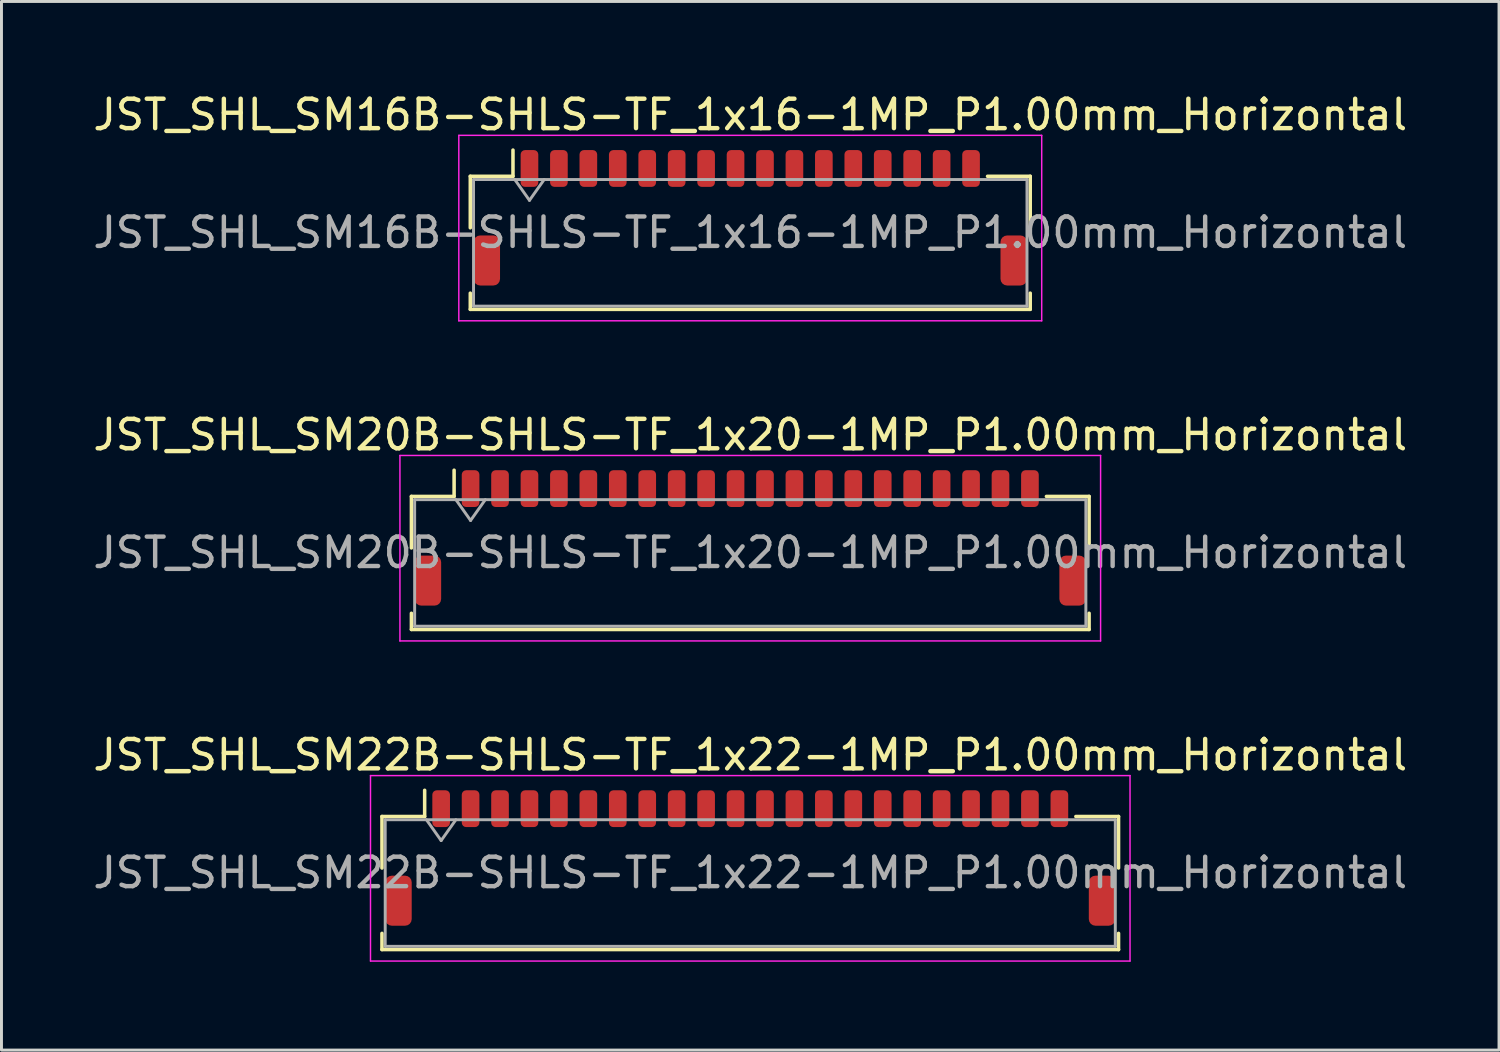
<source format=kicad_pcb>
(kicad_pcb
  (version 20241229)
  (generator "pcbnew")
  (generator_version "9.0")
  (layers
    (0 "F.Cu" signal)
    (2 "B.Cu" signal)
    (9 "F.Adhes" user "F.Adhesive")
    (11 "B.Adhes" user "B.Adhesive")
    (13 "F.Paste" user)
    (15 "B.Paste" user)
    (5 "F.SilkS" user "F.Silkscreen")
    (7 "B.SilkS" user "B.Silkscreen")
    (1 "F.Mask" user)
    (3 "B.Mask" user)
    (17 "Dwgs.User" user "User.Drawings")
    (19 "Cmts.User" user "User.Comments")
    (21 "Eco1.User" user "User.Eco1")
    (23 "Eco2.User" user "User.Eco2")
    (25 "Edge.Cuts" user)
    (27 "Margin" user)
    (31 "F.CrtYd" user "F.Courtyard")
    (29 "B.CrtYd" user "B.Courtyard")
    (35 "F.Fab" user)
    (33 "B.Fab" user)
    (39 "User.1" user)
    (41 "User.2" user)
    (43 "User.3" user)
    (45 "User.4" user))
  (footprint "JST_SHL_SM22B-SHLS-TF_1x22-1MP_P1.00mm_Horizontal"
    (layer "F.Cu")
    (at 22.435 26.095)
    (property "Reference" "JST_SHL_SM22B-SHLS-TF_1x22-1MP_P1.00mm_Horizontal" (at 0 -3.5 0) (layer "F.SilkS") (effects (font (size 1 1) (thickness 0.15))))
    (attr smd)
    (fp_line (start -12.51 -1.41) (end -11.06 -1.41) (stroke (width 0.12) (type solid)) (layer "F.SilkS"))
    (fp_line (start -12.51 0.34) (end -12.51 -1.41) (stroke (width 0.12) (type solid)) (layer "F.SilkS"))
    (fp_line (start -12.51 2.56) (end -12.51 3.11) (stroke (width 0.12) (type solid)) (layer "F.SilkS"))
    (fp_line (start -12.51 3.11) (end 12.51 3.11) (stroke (width 0.12) (type solid)) (layer "F.SilkS"))
    (fp_line (start -11.06 -1.41) (end -11.06 -2.3) (stroke (width 0.12) (type solid)) (layer "F.SilkS"))
    (fp_line (start 12.51 -1.41) (end 11.06 -1.41) (stroke (width 0.12) (type solid)) (layer "F.SilkS"))
    (fp_line (start 12.51 0.34) (end 12.51 -1.41) (stroke (width 0.12) (type solid)) (layer "F.SilkS"))
    (fp_line (start 12.51 3.11) (end 12.51 2.56) (stroke (width 0.12) (type solid)) (layer "F.SilkS"))
    (fp_line (start -12.9 -2.8) (end -12.9 3.5) (stroke (width 0.05) (type solid)) (layer "F.CrtYd"))
    (fp_line (start -12.9 3.5) (end 12.9 3.5) (stroke (width 0.05) (type solid)) (layer "F.CrtYd"))
    (fp_line (start 12.9 -2.8) (end -12.9 -2.8) (stroke (width 0.05) (type solid)) (layer "F.CrtYd"))
    (fp_line (start 12.9 3.5) (end 12.9 -2.8) (stroke (width 0.05) (type solid)) (layer "F.CrtYd"))
    (fp_line (start -12.4 -1.3) (end -12.4 3) (stroke (width 0.1) (type solid)) (layer "F.Fab"))
    (fp_line (start -12.4 -1.3) (end 12.4 -1.3) (stroke (width 0.1) (type solid)) (layer "F.Fab"))
    (fp_line (start -12.4 3) (end 12.4 3) (stroke (width 0.1) (type solid)) (layer "F.Fab"))
    (fp_line (start -11 -1.3) (end -10.5 -0.593) (stroke (width 0.1) (type solid)) (layer "F.Fab"))
    (fp_line (start -10.5 -0.593) (end -10 -1.3) (stroke (width 0.1) (type solid)) (layer "F.Fab"))
    (fp_line (start 12.4 -1.3) (end 12.4 3) (stroke (width 0.1) (type solid)) (layer "F.Fab"))
    (fp_text user "${REFERENCE}" (at 0 0.5 0) (layer "F.Fab") (effects (font (size 1 1) (thickness 0.15))))
    (pad "1" smd roundrect (at -10.5 -1.675) (size 0.6 1.25) (layers "F.Cu" "F.Mask" "F.Paste") (roundrect_rratio 0.25))
    (pad "2" smd roundrect (at -9.5 -1.675) (size 0.6 1.25) (layers "F.Cu" "F.Mask" "F.Paste") (roundrect_rratio 0.25))
    (pad "3" smd roundrect (at -8.5 -1.675) (size 0.6 1.25) (layers "F.Cu" "F.Mask" "F.Paste") (roundrect_rratio 0.25))
    (pad "4" smd roundrect (at -7.5 -1.675) (size 0.6 1.25) (layers "F.Cu" "F.Mask" "F.Paste") (roundrect_rratio 0.25))
    (pad "5" smd roundrect (at -6.5 -1.675) (size 0.6 1.25) (layers "F.Cu" "F.Mask" "F.Paste") (roundrect_rratio 0.25))
    (pad "6" smd roundrect (at -5.5 -1.675) (size 0.6 1.25) (layers "F.Cu" "F.Mask" "F.Paste") (roundrect_rratio 0.25))
    (pad "7" smd roundrect (at -4.5 -1.675) (size 0.6 1.25) (layers "F.Cu" "F.Mask" "F.Paste") (roundrect_rratio 0.25))
    (pad "8" smd roundrect (at -3.5 -1.675) (size 0.6 1.25) (layers "F.Cu" "F.Mask" "F.Paste") (roundrect_rratio 0.25))
    (pad "9" smd roundrect (at -2.5 -1.675) (size 0.6 1.25) (layers "F.Cu" "F.Mask" "F.Paste") (roundrect_rratio 0.25))
    (pad "10" smd roundrect (at -1.5 -1.675) (size 0.6 1.25) (layers "F.Cu" "F.Mask" "F.Paste") (roundrect_rratio 0.25))
    (pad "11" smd roundrect (at -0.5 -1.675) (size 0.6 1.25) (layers "F.Cu" "F.Mask" "F.Paste") (roundrect_rratio 0.25))
    (pad "12" smd roundrect (at 0.5 -1.675) (size 0.6 1.25) (layers "F.Cu" "F.Mask" "F.Paste") (roundrect_rratio 0.25))
    (pad "13" smd roundrect (at 1.5 -1.675) (size 0.6 1.25) (layers "F.Cu" "F.Mask" "F.Paste") (roundrect_rratio 0.25))
    (pad "14" smd roundrect (at 2.5 -1.675) (size 0.6 1.25) (layers "F.Cu" "F.Mask" "F.Paste") (roundrect_rratio 0.25))
    (pad "15" smd roundrect (at 3.5 -1.675) (size 0.6 1.25) (layers "F.Cu" "F.Mask" "F.Paste") (roundrect_rratio 0.25))
    (pad "16" smd roundrect (at 4.5 -1.675) (size 0.6 1.25) (layers "F.Cu" "F.Mask" "F.Paste") (roundrect_rratio 0.25))
    (pad "17" smd roundrect (at 5.5 -1.675) (size 0.6 1.25) (layers "F.Cu" "F.Mask" "F.Paste") (roundrect_rratio 0.25))
    (pad "18" smd roundrect (at 6.5 -1.675) (size 0.6 1.25) (layers "F.Cu" "F.Mask" "F.Paste") (roundrect_rratio 0.25))
    (pad "19" smd roundrect (at 7.5 -1.675) (size 0.6 1.25) (layers "F.Cu" "F.Mask" "F.Paste") (roundrect_rratio 0.25))
    (pad "20" smd roundrect (at 8.5 -1.675) (size 0.6 1.25) (layers "F.Cu" "F.Mask" "F.Paste") (roundrect_rratio 0.25))
    (pad "21" smd roundrect (at 9.5 -1.675) (size 0.6 1.25) (layers "F.Cu" "F.Mask" "F.Paste") (roundrect_rratio 0.25))
    (pad "22" smd roundrect (at 10.5 -1.675) (size 0.6 1.25) (layers "F.Cu" "F.Mask" "F.Paste") (roundrect_rratio 0.25))
    (pad "MP" smd roundrect (at -11.95 1.45) (size 0.9 1.7) (layers "F.Cu" "F.Mask" "F.Paste") (roundrect_rratio 0.25))
    (pad "MP" smd roundrect (at 11.95 1.45) (size 0.9 1.7) (layers "F.Cu" "F.Mask" "F.Paste") (roundrect_rratio 0.25)))
  (footprint "JST_SHL_SM16B-SHLS-TF_1x16-1MP_P1.00mm_Horizontal"
    (layer "F.Cu")
    (at 22.435 4.348)
    (property "Reference" "JST_SHL_SM16B-SHLS-TF_1x16-1MP_P1.00mm_Horizontal" (at 0 -3.5 0) (layer "F.SilkS") (effects (font (size 1 1) (thickness 0.15))))
    (attr smd)
    (fp_line (start -9.51 -1.41) (end -8.06 -1.41) (stroke (width 0.12) (type solid)) (layer "F.SilkS"))
    (fp_line (start -9.51 0.34) (end -9.51 -1.41) (stroke (width 0.12) (type solid)) (layer "F.SilkS"))
    (fp_line (start -9.51 2.56) (end -9.51 3.11) (stroke (width 0.12) (type solid)) (layer "F.SilkS"))
    (fp_line (start -9.51 3.11) (end 9.51 3.11) (stroke (width 0.12) (type solid)) (layer "F.SilkS"))
    (fp_line (start -8.06 -1.41) (end -8.06 -2.3) (stroke (width 0.12) (type solid)) (layer "F.SilkS"))
    (fp_line (start 9.51 -1.41) (end 8.06 -1.41) (stroke (width 0.12) (type solid)) (layer "F.SilkS"))
    (fp_line (start 9.51 0.34) (end 9.51 -1.41) (stroke (width 0.12) (type solid)) (layer "F.SilkS"))
    (fp_line (start 9.51 3.11) (end 9.51 2.56) (stroke (width 0.12) (type solid)) (layer "F.SilkS"))
    (fp_line (start -9.9 -2.8) (end -9.9 3.5) (stroke (width 0.05) (type solid)) (layer "F.CrtYd"))
    (fp_line (start -9.9 3.5) (end 9.9 3.5) (stroke (width 0.05) (type solid)) (layer "F.CrtYd"))
    (fp_line (start 9.9 -2.8) (end -9.9 -2.8) (stroke (width 0.05) (type solid)) (layer "F.CrtYd"))
    (fp_line (start 9.9 3.5) (end 9.9 -2.8) (stroke (width 0.05) (type solid)) (layer "F.CrtYd"))
    (fp_line (start -9.4 -1.3) (end -9.4 3) (stroke (width 0.1) (type solid)) (layer "F.Fab"))
    (fp_line (start -9.4 -1.3) (end 9.4 -1.3) (stroke (width 0.1) (type solid)) (layer "F.Fab"))
    (fp_line (start -9.4 3) (end 9.4 3) (stroke (width 0.1) (type solid)) (layer "F.Fab"))
    (fp_line (start -8 -1.3) (end -7.5 -0.593) (stroke (width 0.1) (type solid)) (layer "F.Fab"))
    (fp_line (start -7.5 -0.593) (end -7 -1.3) (stroke (width 0.1) (type solid)) (layer "F.Fab"))
    (fp_line (start 9.4 -1.3) (end 9.4 3) (stroke (width 0.1) (type solid)) (layer "F.Fab"))
    (fp_text user "${REFERENCE}" (at 0 0.5 0) (layer "F.Fab") (effects (font (size 1 1) (thickness 0.15))))
    (pad "1" smd roundrect (at -7.5 -1.675) (size 0.6 1.25) (layers "F.Cu" "F.Mask" "F.Paste") (roundrect_rratio 0.25))
    (pad "2" smd roundrect (at -6.5 -1.675) (size 0.6 1.25) (layers "F.Cu" "F.Mask" "F.Paste") (roundrect_rratio 0.25))
    (pad "3" smd roundrect (at -5.5 -1.675) (size 0.6 1.25) (layers "F.Cu" "F.Mask" "F.Paste") (roundrect_rratio 0.25))
    (pad "4" smd roundrect (at -4.5 -1.675) (size 0.6 1.25) (layers "F.Cu" "F.Mask" "F.Paste") (roundrect_rratio 0.25))
    (pad "5" smd roundrect (at -3.5 -1.675) (size 0.6 1.25) (layers "F.Cu" "F.Mask" "F.Paste") (roundrect_rratio 0.25))
    (pad "6" smd roundrect (at -2.5 -1.675) (size 0.6 1.25) (layers "F.Cu" "F.Mask" "F.Paste") (roundrect_rratio 0.25))
    (pad "7" smd roundrect (at -1.5 -1.675) (size 0.6 1.25) (layers "F.Cu" "F.Mask" "F.Paste") (roundrect_rratio 0.25))
    (pad "8" smd roundrect (at -0.5 -1.675) (size 0.6 1.25) (layers "F.Cu" "F.Mask" "F.Paste") (roundrect_rratio 0.25))
    (pad "9" smd roundrect (at 0.5 -1.675) (size 0.6 1.25) (layers "F.Cu" "F.Mask" "F.Paste") (roundrect_rratio 0.25))
    (pad "10" smd roundrect (at 1.5 -1.675) (size 0.6 1.25) (layers "F.Cu" "F.Mask" "F.Paste") (roundrect_rratio 0.25))
    (pad "11" smd roundrect (at 2.5 -1.675) (size 0.6 1.25) (layers "F.Cu" "F.Mask" "F.Paste") (roundrect_rratio 0.25))
    (pad "12" smd roundrect (at 3.5 -1.675) (size 0.6 1.25) (layers "F.Cu" "F.Mask" "F.Paste") (roundrect_rratio 0.25))
    (pad "13" smd roundrect (at 4.5 -1.675) (size 0.6 1.25) (layers "F.Cu" "F.Mask" "F.Paste") (roundrect_rratio 0.25))
    (pad "14" smd roundrect (at 5.5 -1.675) (size 0.6 1.25) (layers "F.Cu" "F.Mask" "F.Paste") (roundrect_rratio 0.25))
    (pad "15" smd roundrect (at 6.5 -1.675) (size 0.6 1.25) (layers "F.Cu" "F.Mask" "F.Paste") (roundrect_rratio 0.25))
    (pad "16" smd roundrect (at 7.5 -1.675) (size 0.6 1.25) (layers "F.Cu" "F.Mask" "F.Paste") (roundrect_rratio 0.25))
    (pad "MP" smd roundrect (at -8.95 1.45) (size 0.9 1.7) (layers "F.Cu" "F.Mask" "F.Paste") (roundrect_rratio 0.25))
    (pad "MP" smd roundrect (at 8.95 1.45) (size 0.9 1.7) (layers "F.Cu" "F.Mask" "F.Paste") (roundrect_rratio 0.25)))
  (footprint "JST_SHL_SM20B-SHLS-TF_1x20-1MP_P1.00mm_Horizontal"
    (layer "F.Cu")
    (at 22.435 15.222)
    (property "Reference" "JST_SHL_SM20B-SHLS-TF_1x20-1MP_P1.00mm_Horizontal" (at 0 -3.5 0) (layer "F.SilkS") (effects (font (size 1 1) (thickness 0.15))))
    (attr smd)
    (fp_line (start -11.51 -1.41) (end -10.06 -1.41) (stroke (width 0.12) (type solid)) (layer "F.SilkS"))
    (fp_line (start -11.51 0.34) (end -11.51 -1.41) (stroke (width 0.12) (type solid)) (layer "F.SilkS"))
    (fp_line (start -11.51 2.56) (end -11.51 3.11) (stroke (width 0.12) (type solid)) (layer "F.SilkS"))
    (fp_line (start -11.51 3.11) (end 11.51 3.11) (stroke (width 0.12) (type solid)) (layer "F.SilkS"))
    (fp_line (start -10.06 -1.41) (end -10.06 -2.3) (stroke (width 0.12) (type solid)) (layer "F.SilkS"))
    (fp_line (start 11.51 -1.41) (end 10.06 -1.41) (stroke (width 0.12) (type solid)) (layer "F.SilkS"))
    (fp_line (start 11.51 0.34) (end 11.51 -1.41) (stroke (width 0.12) (type solid)) (layer "F.SilkS"))
    (fp_line (start 11.51 3.11) (end 11.51 2.56) (stroke (width 0.12) (type solid)) (layer "F.SilkS"))
    (fp_line (start -11.9 -2.8) (end -11.9 3.5) (stroke (width 0.05) (type solid)) (layer "F.CrtYd"))
    (fp_line (start -11.9 3.5) (end 11.9 3.5) (stroke (width 0.05) (type solid)) (layer "F.CrtYd"))
    (fp_line (start 11.9 -2.8) (end -11.9 -2.8) (stroke (width 0.05) (type solid)) (layer "F.CrtYd"))
    (fp_line (start 11.9 3.5) (end 11.9 -2.8) (stroke (width 0.05) (type solid)) (layer "F.CrtYd"))
    (fp_line (start -11.4 -1.3) (end -11.4 3) (stroke (width 0.1) (type solid)) (layer "F.Fab"))
    (fp_line (start -11.4 -1.3) (end 11.4 -1.3) (stroke (width 0.1) (type solid)) (layer "F.Fab"))
    (fp_line (start -11.4 3) (end 11.4 3) (stroke (width 0.1) (type solid)) (layer "F.Fab"))
    (fp_line (start -10 -1.3) (end -9.5 -0.593) (stroke (width 0.1) (type solid)) (layer "F.Fab"))
    (fp_line (start -9.5 -0.593) (end -9 -1.3) (stroke (width 0.1) (type solid)) (layer "F.Fab"))
    (fp_line (start 11.4 -1.3) (end 11.4 3) (stroke (width 0.1) (type solid)) (layer "F.Fab"))
    (fp_text user "${REFERENCE}" (at 0 0.5 0) (layer "F.Fab") (effects (font (size 1 1) (thickness 0.15))))
    (pad "1" smd roundrect (at -9.5 -1.675) (size 0.6 1.25) (layers "F.Cu" "F.Mask" "F.Paste") (roundrect_rratio 0.25))
    (pad "2" smd roundrect (at -8.5 -1.675) (size 0.6 1.25) (layers "F.Cu" "F.Mask" "F.Paste") (roundrect_rratio 0.25))
    (pad "3" smd roundrect (at -7.5 -1.675) (size 0.6 1.25) (layers "F.Cu" "F.Mask" "F.Paste") (roundrect_rratio 0.25))
    (pad "4" smd roundrect (at -6.5 -1.675) (size 0.6 1.25) (layers "F.Cu" "F.Mask" "F.Paste") (roundrect_rratio 0.25))
    (pad "5" smd roundrect (at -5.5 -1.675) (size 0.6 1.25) (layers "F.Cu" "F.Mask" "F.Paste") (roundrect_rratio 0.25))
    (pad "6" smd roundrect (at -4.5 -1.675) (size 0.6 1.25) (layers "F.Cu" "F.Mask" "F.Paste") (roundrect_rratio 0.25))
    (pad "7" smd roundrect (at -3.5 -1.675) (size 0.6 1.25) (layers "F.Cu" "F.Mask" "F.Paste") (roundrect_rratio 0.25))
    (pad "8" smd roundrect (at -2.5 -1.675) (size 0.6 1.25) (layers "F.Cu" "F.Mask" "F.Paste") (roundrect_rratio 0.25))
    (pad "9" smd roundrect (at -1.5 -1.675) (size 0.6 1.25) (layers "F.Cu" "F.Mask" "F.Paste") (roundrect_rratio 0.25))
    (pad "10" smd roundrect (at -0.5 -1.675) (size 0.6 1.25) (layers "F.Cu" "F.Mask" "F.Paste") (roundrect_rratio 0.25))
    (pad "11" smd roundrect (at 0.5 -1.675) (size 0.6 1.25) (layers "F.Cu" "F.Mask" "F.Paste") (roundrect_rratio 0.25))
    (pad "12" smd roundrect (at 1.5 -1.675) (size 0.6 1.25) (layers "F.Cu" "F.Mask" "F.Paste") (roundrect_rratio 0.25))
    (pad "13" smd roundrect (at 2.5 -1.675) (size 0.6 1.25) (layers "F.Cu" "F.Mask" "F.Paste") (roundrect_rratio 0.25))
    (pad "14" smd roundrect (at 3.5 -1.675) (size 0.6 1.25) (layers "F.Cu" "F.Mask" "F.Paste") (roundrect_rratio 0.25))
    (pad "15" smd roundrect (at 4.5 -1.675) (size 0.6 1.25) (layers "F.Cu" "F.Mask" "F.Paste") (roundrect_rratio 0.25))
    (pad "16" smd roundrect (at 5.5 -1.675) (size 0.6 1.25) (layers "F.Cu" "F.Mask" "F.Paste") (roundrect_rratio 0.25))
    (pad "17" smd roundrect (at 6.5 -1.675) (size 0.6 1.25) (layers "F.Cu" "F.Mask" "F.Paste") (roundrect_rratio 0.25))
    (pad "18" smd roundrect (at 7.5 -1.675) (size 0.6 1.25) (layers "F.Cu" "F.Mask" "F.Paste") (roundrect_rratio 0.25))
    (pad "19" smd roundrect (at 8.5 -1.675) (size 0.6 1.25) (layers "F.Cu" "F.Mask" "F.Paste") (roundrect_rratio 0.25))
    (pad "20" smd roundrect (at 9.5 -1.675) (size 0.6 1.25) (layers "F.Cu" "F.Mask" "F.Paste") (roundrect_rratio 0.25))
    (pad "MP" smd roundrect (at -10.95 1.45) (size 0.9 1.7) (layers "F.Cu" "F.Mask" "F.Paste") (roundrect_rratio 0.25))
    (pad "MP" smd roundrect (at 10.95 1.45) (size 0.9 1.7) (layers "F.Cu" "F.Mask" "F.Paste") (roundrect_rratio 0.25)))
  (gr_rect
    (start -3 -3)
    (end 47.869 32.62)
    (stroke (width 0.1) (type default))
    (fill no)
    (layer "Edge.Cuts")))
</source>
